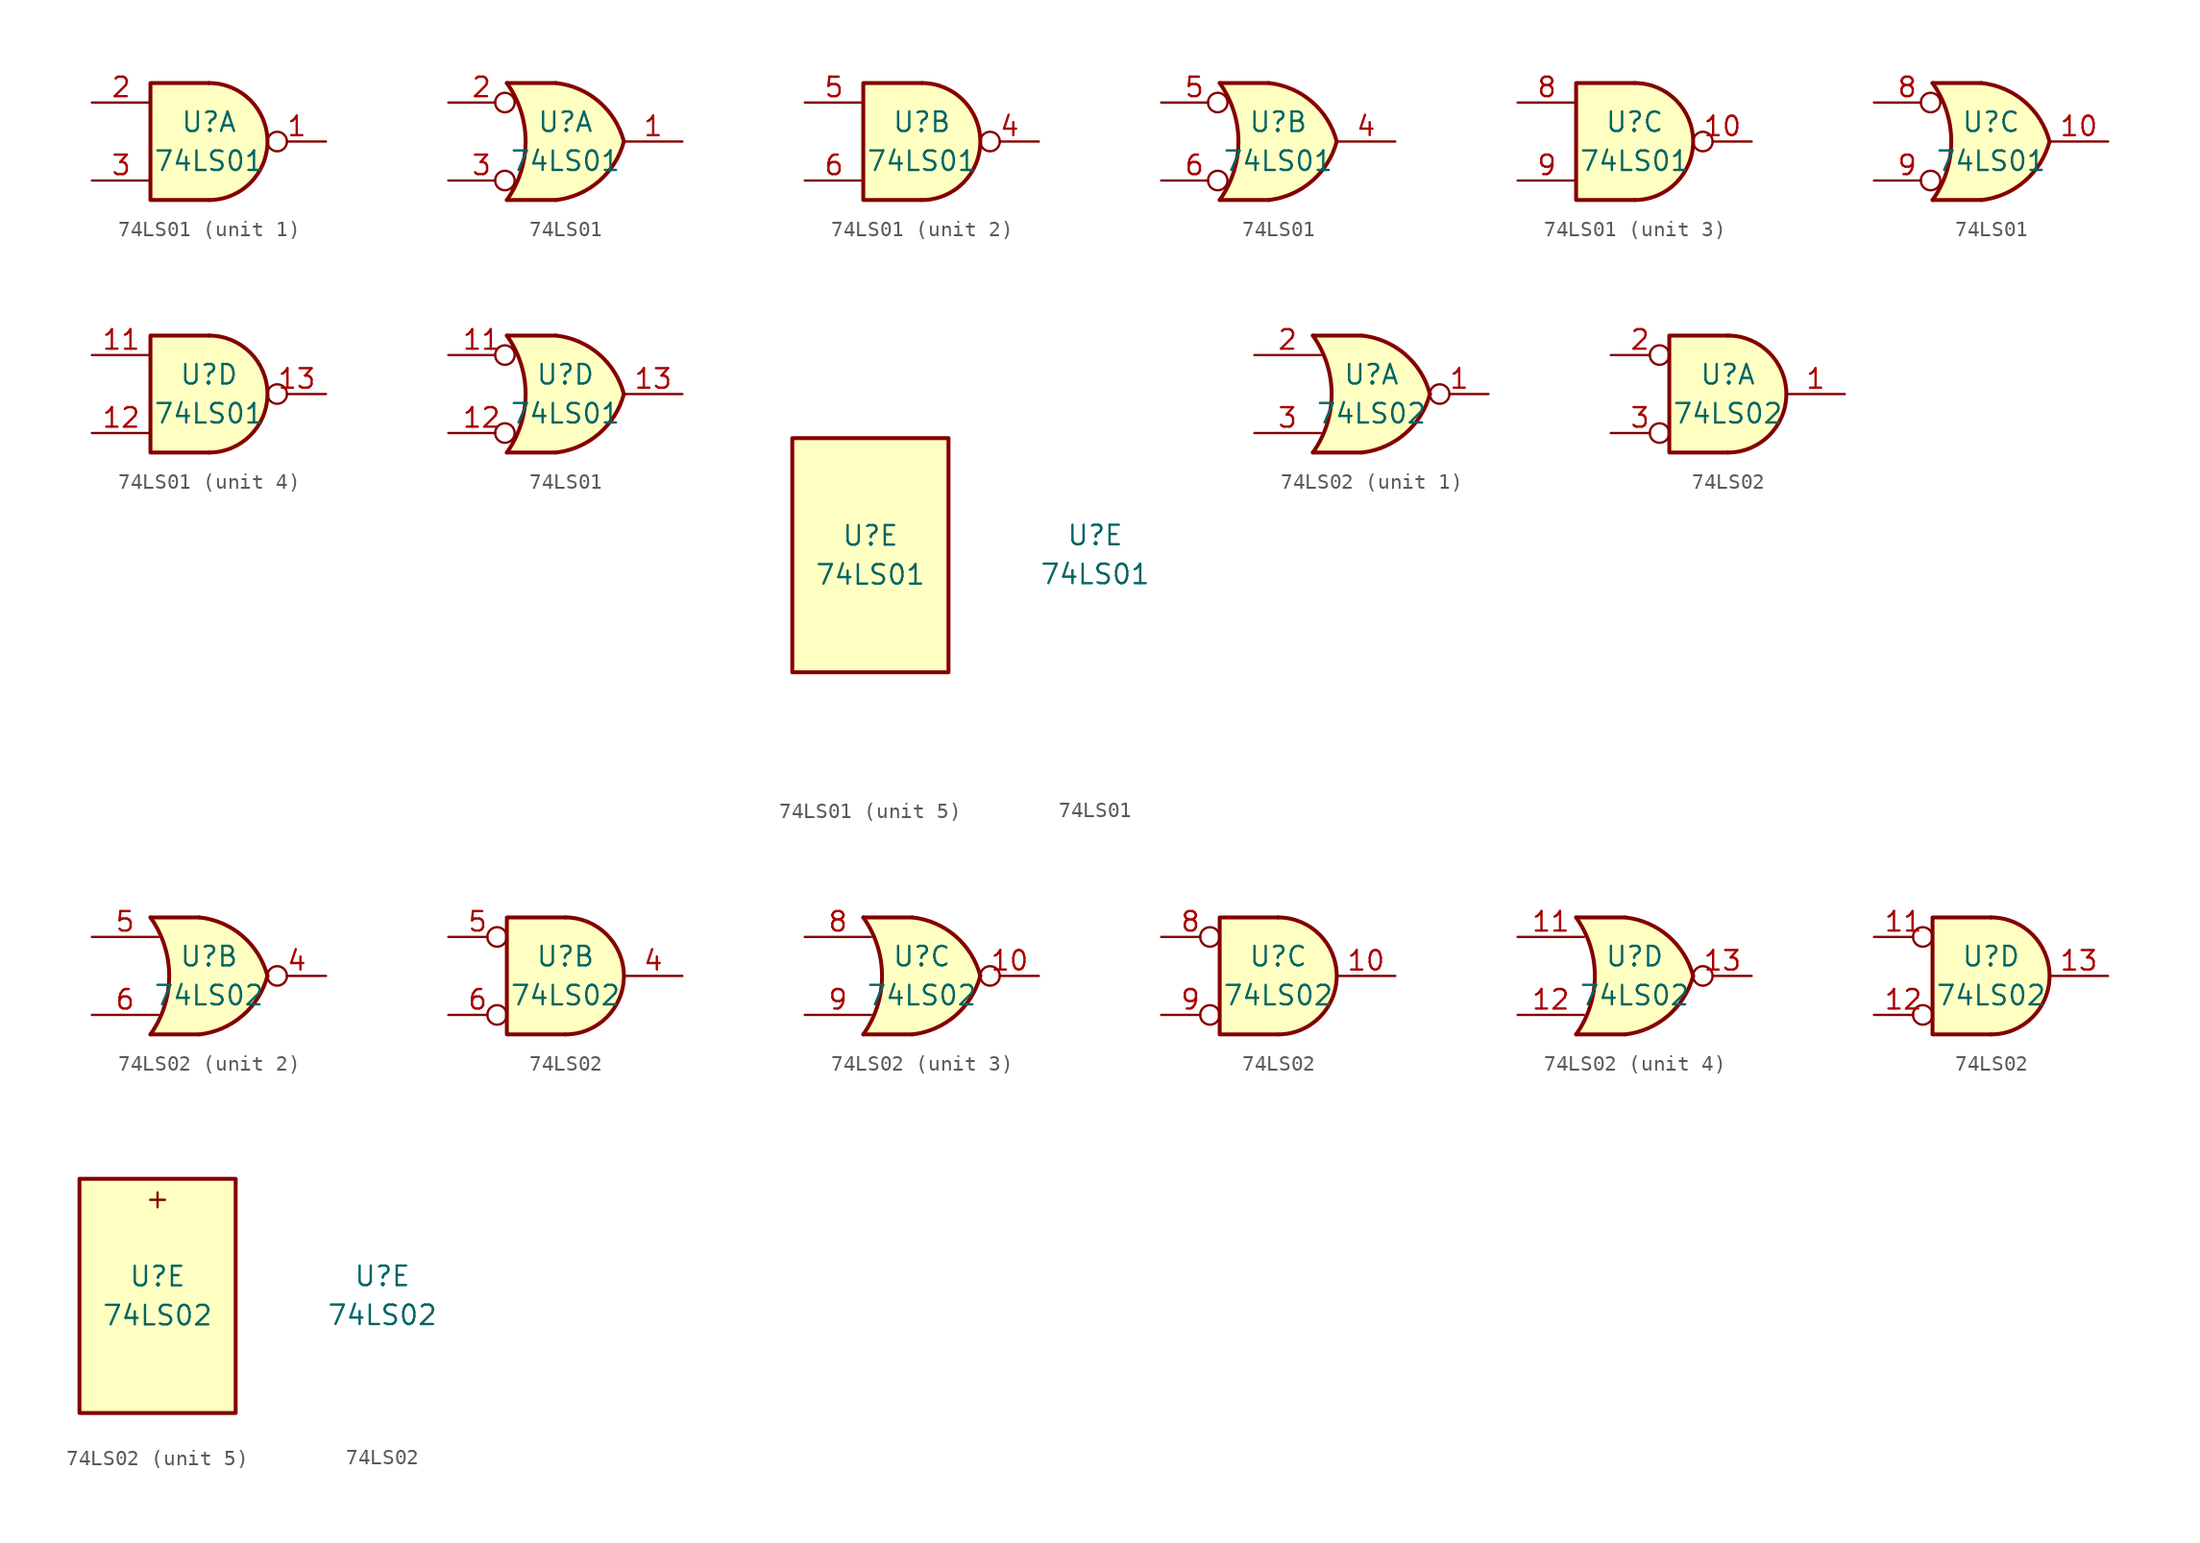
<source format=kicad_sym>
(kicad_symbol_lib
  (version 20231120)
  (generator "kicad_symbol_editor")
  (generator_version "8.0")
  (symbol "74LS01"
    (pin_names
      (offset 1.016))
    (property "Reference" "U"
      (at 0 1.27 0)
      (effects (font (size 1.27 1.27))))
    (property "Value" "74LS01"
      (at 0 -1.27 0)
      (effects (font (size 1.27 1.27))))
    (property "ki_locked" ""
      (at 0 0 0)
      (effects (font (size 1.27 1.27))))
    (symbol "74LS01_1_1"
      (arc (start 0 -3.81) (mid 3.7934 0) (end 0 3.81) (stroke (width 0.254) (type default)) (fill (type background)))
      (polyline (pts (xy 0 3.81) (xy -3.81 3.81) (xy -3.81 -3.81) (xy 0 -3.81)) (stroke (width 0.254) (type default)) (fill (type background)))
      (pin open_collector inverted (at 7.62 0 180) (length 3.81) (name "~" (effects (font (size 1.27 1.27)))) (number "1" (effects (font (size 1.27 1.27)))))
      (pin input line (at -7.62 2.54 0) (length 3.81) (name "~" (effects (font (size 1.27 1.27)))) (number "2" (effects (font (size 1.27 1.27)))))
      (pin input line (at -7.62 -2.54 0) (length 3.81) (name "~" (effects (font (size 1.27 1.27)))) (number "3" (effects (font (size 1.27 1.27))))))
    (symbol "74LS01_1_2"
      (arc (start -3.81 -3.81) (mid -2.589 0) (end -3.81 3.81) (stroke (width 0.254) (type default)) (fill (type none)))
      (arc (start -0.6096 -3.81) (mid 2.1842 -2.5851) (end 3.81 0) (stroke (width 0.254) (type default)) (fill (type background)))
      (polyline (pts (xy -3.81 -3.81) (xy -0.635 -3.81)) (stroke (width 0.254) (type default)) (fill (type background)))
      (polyline (pts (xy -3.81 3.81) (xy -0.635 3.81)) (stroke (width 0.254) (type default)) (fill (type background)))
      (polyline (pts (xy -0.635 3.81) (xy -3.81 3.81) (xy -3.81 3.81) (xy -3.556 3.404) (xy -3.023 2.261) (xy -2.692 1.041) (xy -2.616 -0.254) (xy -2.769 -1.499) (xy -3.175 -2.718) (xy -3.81 -3.81) (xy -3.81 -3.81) (xy -0.635 -3.81)) (stroke (width -25.4) (type default)) (fill (type background)))
      (arc (start 3.81 0) (mid 2.1915 2.5936) (end -0.6096 3.81) (stroke (width 0.254) (type default)) (fill (type background)))
      (pin open_collector line (at 7.62 0 180) (length 3.81) (name "~" (effects (font (size 1.27 1.27)))) (number "1" (effects (font (size 1.27 1.27)))))
      (pin input inverted (at -7.62 2.54 0) (length 4.318) (name "~" (effects (font (size 1.27 1.27)))) (number "2" (effects (font (size 1.27 1.27)))))
      (pin input inverted (at -7.62 -2.54 0) (length 4.318) (name "~" (effects (font (size 1.27 1.27)))) (number "3" (effects (font (size 1.27 1.27))))))
    (symbol "74LS01_2_1"
      (arc (start 0 -3.81) (mid 3.7934 0) (end 0 3.81) (stroke (width 0.254) (type default)) (fill (type background)))
      (polyline (pts (xy 0 3.81) (xy -3.81 3.81) (xy -3.81 -3.81) (xy 0 -3.81)) (stroke (width 0.254) (type default)) (fill (type background)))
      (pin open_collector inverted (at 7.62 0 180) (length 3.81) (name "~" (effects (font (size 1.27 1.27)))) (number "4" (effects (font (size 1.27 1.27)))))
      (pin input line (at -7.62 2.54 0) (length 3.81) (name "~" (effects (font (size 1.27 1.27)))) (number "5" (effects (font (size 1.27 1.27)))))
      (pin input line (at -7.62 -2.54 0) (length 3.81) (name "~" (effects (font (size 1.27 1.27)))) (number "6" (effects (font (size 1.27 1.27))))))
    (symbol "74LS01_2_2"
      (arc (start -3.81 -3.81) (mid -2.589 0) (end -3.81 3.81) (stroke (width 0.254) (type default)) (fill (type none)))
      (arc (start -0.6096 -3.81) (mid 2.1842 -2.5851) (end 3.81 0) (stroke (width 0.254) (type default)) (fill (type background)))
      (polyline (pts (xy -3.81 -3.81) (xy -0.635 -3.81)) (stroke (width 0.254) (type default)) (fill (type background)))
      (polyline (pts (xy -3.81 3.81) (xy -0.635 3.81)) (stroke (width 0.254) (type default)) (fill (type background)))
      (polyline (pts (xy -0.635 3.81) (xy -3.81 3.81) (xy -3.81 3.81) (xy -3.556 3.404) (xy -3.023 2.261) (xy -2.692 1.041) (xy -2.616 -0.254) (xy -2.769 -1.499) (xy -3.175 -2.718) (xy -3.81 -3.81) (xy -3.81 -3.81) (xy -0.635 -3.81)) (stroke (width -25.4) (type default)) (fill (type background)))
      (arc (start 3.81 0) (mid 2.1915 2.5936) (end -0.6096 3.81) (stroke (width 0.254) (type default)) (fill (type background)))
      (pin open_collector line (at 7.62 0 180) (length 3.81) (name "~" (effects (font (size 1.27 1.27)))) (number "4" (effects (font (size 1.27 1.27)))))
      (pin input inverted (at -7.62 2.54 0) (length 4.318) (name "~" (effects (font (size 1.27 1.27)))) (number "5" (effects (font (size 1.27 1.27)))))
      (pin input inverted (at -7.62 -2.54 0) (length 4.318) (name "~" (effects (font (size 1.27 1.27)))) (number "6" (effects (font (size 1.27 1.27))))))
    (symbol "74LS01_3_1"
      (arc (start 0 -3.81) (mid 3.7934 0) (end 0 3.81) (stroke (width 0.254) (type default)) (fill (type background)))
      (polyline (pts (xy 0 3.81) (xy -3.81 3.81) (xy -3.81 -3.81) (xy 0 -3.81)) (stroke (width 0.254) (type default)) (fill (type background)))
      (pin open_collector inverted (at 7.62 0 180) (length 3.81) (name "~" (effects (font (size 1.27 1.27)))) (number "10" (effects (font (size 1.27 1.27)))))
      (pin input line (at -7.62 2.54 0) (length 3.81) (name "~" (effects (font (size 1.27 1.27)))) (number "8" (effects (font (size 1.27 1.27)))))
      (pin input line (at -7.62 -2.54 0) (length 3.81) (name "~" (effects (font (size 1.27 1.27)))) (number "9" (effects (font (size 1.27 1.27))))))
    (symbol "74LS01_3_2"
      (arc (start -3.81 -3.81) (mid -2.589 0) (end -3.81 3.81) (stroke (width 0.254) (type default)) (fill (type none)))
      (arc (start -0.6096 -3.81) (mid 2.1842 -2.5851) (end 3.81 0) (stroke (width 0.254) (type default)) (fill (type background)))
      (polyline (pts (xy -3.81 -3.81) (xy -0.635 -3.81)) (stroke (width 0.254) (type default)) (fill (type background)))
      (polyline (pts (xy -3.81 3.81) (xy -0.635 3.81)) (stroke (width 0.254) (type default)) (fill (type background)))
      (polyline (pts (xy -0.635 3.81) (xy -3.81 3.81) (xy -3.81 3.81) (xy -3.556 3.404) (xy -3.023 2.261) (xy -2.692 1.041) (xy -2.616 -0.254) (xy -2.769 -1.499) (xy -3.175 -2.718) (xy -3.81 -3.81) (xy -3.81 -3.81) (xy -0.635 -3.81)) (stroke (width -25.4) (type default)) (fill (type background)))
      (arc (start 3.81 0) (mid 2.1915 2.5936) (end -0.6096 3.81) (stroke (width 0.254) (type default)) (fill (type background)))
      (pin open_collector line (at 7.62 0 180) (length 3.81) (name "~" (effects (font (size 1.27 1.27)))) (number "10" (effects (font (size 1.27 1.27)))))
      (pin input inverted (at -7.62 2.54 0) (length 4.318) (name "~" (effects (font (size 1.27 1.27)))) (number "8" (effects (font (size 1.27 1.27)))))
      (pin input inverted (at -7.62 -2.54 0) (length 4.318) (name "~" (effects (font (size 1.27 1.27)))) (number "9" (effects (font (size 1.27 1.27))))))
    (symbol "74LS01_4_1"
      (arc (start 0 -3.81) (mid 3.7934 0) (end 0 3.81) (stroke (width 0.254) (type default)) (fill (type background)))
      (polyline (pts (xy 0 3.81) (xy -3.81 3.81) (xy -3.81 -3.81) (xy 0 -3.81)) (stroke (width 0.254) (type default)) (fill (type background)))
      (pin input line (at -7.62 2.54 0) (length 3.81) (name "~" (effects (font (size 1.27 1.27)))) (number "11" (effects (font (size 1.27 1.27)))))
      (pin input line (at -7.62 -2.54 0) (length 3.81) (name "~" (effects (font (size 1.27 1.27)))) (number "12" (effects (font (size 1.27 1.27)))))
      (pin open_collector inverted (at 7.62 0 180) (length 3.81) (name "~" (effects (font (size 1.27 1.27)))) (number "13" (effects (font (size 1.27 1.27))))))
    (symbol "74LS01_4_2"
      (arc (start -3.81 -3.81) (mid -2.589 0) (end -3.81 3.81) (stroke (width 0.254) (type default)) (fill (type none)))
      (arc (start -0.6096 -3.81) (mid 2.1842 -2.5851) (end 3.81 0) (stroke (width 0.254) (type default)) (fill (type background)))
      (polyline (pts (xy -3.81 -3.81) (xy -0.635 -3.81)) (stroke (width 0.254) (type default)) (fill (type background)))
      (polyline (pts (xy -3.81 3.81) (xy -0.635 3.81)) (stroke (width 0.254) (type default)) (fill (type background)))
      (polyline (pts (xy -0.635 3.81) (xy -3.81 3.81) (xy -3.81 3.81) (xy -3.556 3.404) (xy -3.023 2.261) (xy -2.692 1.041) (xy -2.616 -0.254) (xy -2.769 -1.499) (xy -3.175 -2.718) (xy -3.81 -3.81) (xy -3.81 -3.81) (xy -0.635 -3.81)) (stroke (width -25.4) (type default)) (fill (type background)))
      (arc (start 3.81 0) (mid 2.1915 2.5936) (end -0.6096 3.81) (stroke (width 0.254) (type default)) (fill (type background)))
      (pin input inverted (at -7.62 2.54 0) (length 4.318) (name "~" (effects (font (size 1.27 1.27)))) (number "11" (effects (font (size 1.27 1.27)))))
      (pin input inverted (at -7.62 -2.54 0) (length 4.318) (name "~" (effects (font (size 1.27 1.27)))) (number "12" (effects (font (size 1.27 1.27)))))
      (pin open_collector line (at 7.62 0 180) (length 3.81) (name "~" (effects (font (size 1.27 1.27)))) (number "13" (effects (font (size 1.27 1.27))))))
    (symbol "74LS01_5_0"
      (pin input line (at 0 12.7 270) (length 5.08) hide (name "VCC" (effects (font (size 1.27 1.27)))) (number "14" (effects (font (size 1.27 1.27)))))
      (pin input line (at 0 -12.7 90) (length 5.08) hide (name "GND" (effects (font (size 1.27 1.27)))) (number "7" (effects (font (size 1.27 1.27))))))
    (symbol "74LS01_5_1"
      (rectangle (start -5.08 7.62) (end 5.08 -7.62) (stroke (width 0.254) (type default)) (fill (type background)))))
  (symbol "74LS02"
    (pin_names
      (offset 1.016))
    (property "Reference" "U"
      (at 0 1.27 0)
      (effects (font (size 1.27 1.27))))
    (property "Value" "74LS02"
      (at 0 -1.27 0)
      (effects (font (size 1.27 1.27))))
    (property "ki_locked" ""
      (at 0 0 0)
      (effects (font (size 1.27 1.27))))
    (symbol "74LS02_1_1"
      (arc (start -3.81 -3.81) (mid -2.589 0) (end -3.81 3.81) (stroke (width 0.254) (type default)) (fill (type none)))
      (arc (start -0.6096 -3.81) (mid 2.1842 -2.5851) (end 3.81 0) (stroke (width 0.254) (type default)) (fill (type background)))
      (polyline (pts (xy -3.81 -3.81) (xy -0.635 -3.81)) (stroke (width 0.254) (type default)) (fill (type background)))
      (polyline (pts (xy -3.81 3.81) (xy -0.635 3.81)) (stroke (width 0.254) (type default)) (fill (type background)))
      (polyline (pts (xy -0.635 3.81) (xy -3.81 3.81) (xy -3.81 3.81) (xy -3.556 3.404) (xy -3.023 2.261) (xy -2.692 1.041) (xy -2.616 -0.254) (xy -2.769 -1.499) (xy -3.175 -2.718) (xy -3.81 -3.81) (xy -3.81 -3.81) (xy -0.635 -3.81)) (stroke (width -25.4) (type default)) (fill (type background)))
      (arc (start 3.81 0) (mid 2.1915 2.5936) (end -0.6096 3.81) (stroke (width 0.254) (type default)) (fill (type background)))
      (pin output inverted (at 7.62 0 180) (length 3.81) (name "~" (effects (font (size 1.27 1.27)))) (number "1" (effects (font (size 1.27 1.27)))))
      (pin input line (at -7.62 2.54 0) (length 4.318) (name "~" (effects (font (size 1.27 1.27)))) (number "2" (effects (font (size 1.27 1.27)))))
      (pin input line (at -7.62 -2.54 0) (length 4.318) (name "~" (effects (font (size 1.27 1.27)))) (number "3" (effects (font (size 1.27 1.27))))))
    (symbol "74LS02_1_2"
      (arc (start 0 -3.81) (mid 3.7934 0) (end 0 3.81) (stroke (width 0.254) (type default)) (fill (type background)))
      (polyline (pts (xy 0 3.81) (xy -3.81 3.81) (xy -3.81 -3.81) (xy 0 -3.81)) (stroke (width 0.254) (type default)) (fill (type background)))
      (pin output line (at 7.62 0 180) (length 3.81) (name "~" (effects (font (size 1.27 1.27)))) (number "1" (effects (font (size 1.27 1.27)))))
      (pin input inverted (at -7.62 2.54 0) (length 3.81) (name "~" (effects (font (size 1.27 1.27)))) (number "2" (effects (font (size 1.27 1.27)))))
      (pin input inverted (at -7.62 -2.54 0) (length 3.81) (name "~" (effects (font (size 1.27 1.27)))) (number "3" (effects (font (size 1.27 1.27))))))
    (symbol "74LS02_2_1"
      (arc (start -3.81 -3.81) (mid -2.589 0) (end -3.81 3.81) (stroke (width 0.254) (type default)) (fill (type none)))
      (arc (start -0.6096 -3.81) (mid 2.1842 -2.5851) (end 3.81 0) (stroke (width 0.254) (type default)) (fill (type background)))
      (polyline (pts (xy -3.81 -3.81) (xy -0.635 -3.81)) (stroke (width 0.254) (type default)) (fill (type background)))
      (polyline (pts (xy -3.81 3.81) (xy -0.635 3.81)) (stroke (width 0.254) (type default)) (fill (type background)))
      (polyline (pts (xy -0.635 3.81) (xy -3.81 3.81) (xy -3.81 3.81) (xy -3.556 3.404) (xy -3.023 2.261) (xy -2.692 1.041) (xy -2.616 -0.254) (xy -2.769 -1.499) (xy -3.175 -2.718) (xy -3.81 -3.81) (xy -3.81 -3.81) (xy -0.635 -3.81)) (stroke (width -25.4) (type default)) (fill (type background)))
      (arc (start 3.81 0) (mid 2.1915 2.5936) (end -0.6096 3.81) (stroke (width 0.254) (type default)) (fill (type background)))
      (pin output inverted (at 7.62 0 180) (length 3.81) (name "~" (effects (font (size 1.27 1.27)))) (number "4" (effects (font (size 1.27 1.27)))))
      (pin input line (at -7.62 2.54 0) (length 4.318) (name "~" (effects (font (size 1.27 1.27)))) (number "5" (effects (font (size 1.27 1.27)))))
      (pin input line (at -7.62 -2.54 0) (length 4.318) (name "~" (effects (font (size 1.27 1.27)))) (number "6" (effects (font (size 1.27 1.27))))))
    (symbol "74LS02_2_2"
      (arc (start 0 -3.81) (mid 3.7934 0) (end 0 3.81) (stroke (width 0.254) (type default)) (fill (type background)))
      (polyline (pts (xy 0 3.81) (xy -3.81 3.81) (xy -3.81 -3.81) (xy 0 -3.81)) (stroke (width 0.254) (type default)) (fill (type background)))
      (pin output line (at 7.62 0 180) (length 3.81) (name "~" (effects (font (size 1.27 1.27)))) (number "4" (effects (font (size 1.27 1.27)))))
      (pin input inverted (at -7.62 2.54 0) (length 3.81) (name "~" (effects (font (size 1.27 1.27)))) (number "5" (effects (font (size 1.27 1.27)))))
      (pin input inverted (at -7.62 -2.54 0) (length 3.81) (name "~" (effects (font (size 1.27 1.27)))) (number "6" (effects (font (size 1.27 1.27))))))
    (symbol "74LS02_3_1"
      (arc (start -3.81 -3.81) (mid -2.589 0) (end -3.81 3.81) (stroke (width 0.254) (type default)) (fill (type none)))
      (arc (start -0.6096 -3.81) (mid 2.1842 -2.5851) (end 3.81 0) (stroke (width 0.254) (type default)) (fill (type background)))
      (polyline (pts (xy -3.81 -3.81) (xy -0.635 -3.81)) (stroke (width 0.254) (type default)) (fill (type background)))
      (polyline (pts (xy -3.81 3.81) (xy -0.635 3.81)) (stroke (width 0.254) (type default)) (fill (type background)))
      (polyline (pts (xy -0.635 3.81) (xy -3.81 3.81) (xy -3.81 3.81) (xy -3.556 3.404) (xy -3.023 2.261) (xy -2.692 1.041) (xy -2.616 -0.254) (xy -2.769 -1.499) (xy -3.175 -2.718) (xy -3.81 -3.81) (xy -3.81 -3.81) (xy -0.635 -3.81)) (stroke (width -25.4) (type default)) (fill (type background)))
      (arc (start 3.81 0) (mid 2.1915 2.5936) (end -0.6096 3.81) (stroke (width 0.254) (type default)) (fill (type background)))
      (pin output inverted (at 7.62 0 180) (length 3.81) (name "~" (effects (font (size 1.27 1.27)))) (number "10" (effects (font (size 1.27 1.27)))))
      (pin input line (at -7.62 2.54 0) (length 4.318) (name "~" (effects (font (size 1.27 1.27)))) (number "8" (effects (font (size 1.27 1.27)))))
      (pin input line (at -7.62 -2.54 0) (length 4.318) (name "~" (effects (font (size 1.27 1.27)))) (number "9" (effects (font (size 1.27 1.27))))))
    (symbol "74LS02_3_2"
      (arc (start 0 -3.81) (mid 3.7934 0) (end 0 3.81) (stroke (width 0.254) (type default)) (fill (type background)))
      (polyline (pts (xy 0 3.81) (xy -3.81 3.81) (xy -3.81 -3.81) (xy 0 -3.81)) (stroke (width 0.254) (type default)) (fill (type background)))
      (pin output line (at 7.62 0 180) (length 3.81) (name "~" (effects (font (size 1.27 1.27)))) (number "10" (effects (font (size 1.27 1.27)))))
      (pin input inverted (at -7.62 2.54 0) (length 3.81) (name "~" (effects (font (size 1.27 1.27)))) (number "8" (effects (font (size 1.27 1.27)))))
      (pin input inverted (at -7.62 -2.54 0) (length 3.81) (name "~" (effects (font (size 1.27 1.27)))) (number "9" (effects (font (size 1.27 1.27))))))
    (symbol "74LS02_4_1"
      (arc (start -3.81 -3.81) (mid -2.589 0) (end -3.81 3.81) (stroke (width 0.254) (type default)) (fill (type none)))
      (arc (start -0.6096 -3.81) (mid 2.1842 -2.5851) (end 3.81 0) (stroke (width 0.254) (type default)) (fill (type background)))
      (polyline (pts (xy -3.81 -3.81) (xy -0.635 -3.81)) (stroke (width 0.254) (type default)) (fill (type background)))
      (polyline (pts (xy -3.81 3.81) (xy -0.635 3.81)) (stroke (width 0.254) (type default)) (fill (type background)))
      (polyline (pts (xy -0.635 3.81) (xy -3.81 3.81) (xy -3.81 3.81) (xy -3.556 3.404) (xy -3.023 2.261) (xy -2.692 1.041) (xy -2.616 -0.254) (xy -2.769 -1.499) (xy -3.175 -2.718) (xy -3.81 -3.81) (xy -3.81 -3.81) (xy -0.635 -3.81)) (stroke (width -25.4) (type default)) (fill (type background)))
      (arc (start 3.81 0) (mid 2.1915 2.5936) (end -0.6096 3.81) (stroke (width 0.254) (type default)) (fill (type background)))
      (pin input line (at -7.62 2.54 0) (length 4.318) (name "~" (effects (font (size 1.27 1.27)))) (number "11" (effects (font (size 1.27 1.27)))))
      (pin input line (at -7.62 -2.54 0) (length 4.318) (name "~" (effects (font (size 1.27 1.27)))) (number "12" (effects (font (size 1.27 1.27)))))
      (pin output inverted (at 7.62 0 180) (length 3.81) (name "~" (effects (font (size 1.27 1.27)))) (number "13" (effects (font (size 1.27 1.27))))))
    (symbol "74LS02_4_2"
      (arc (start 0 -3.81) (mid 3.7934 0) (end 0 3.81) (stroke (width 0.254) (type default)) (fill (type background)))
      (polyline (pts (xy 0 3.81) (xy -3.81 3.81) (xy -3.81 -3.81) (xy 0 -3.81)) (stroke (width 0.254) (type default)) (fill (type background)))
      (pin input inverted (at -7.62 2.54 0) (length 3.81) (name "~" (effects (font (size 1.27 1.27)))) (number "11" (effects (font (size 1.27 1.27)))))
      (pin input inverted (at -7.62 -2.54 0) (length 3.81) (name "~" (effects (font (size 1.27 1.27)))) (number "12" (effects (font (size 1.27 1.27)))))
      (pin output line (at 7.62 0 180) (length 3.81) (name "~" (effects (font (size 1.27 1.27)))) (number "13" (effects (font (size 1.27 1.27))))))
    (symbol "74LS02_5_0"
      (pin power_in line (at 0 7.62 270) (length 5.08) hide (name "VCC" (effects (font (size 1.27 1.27)))) (number "14" (effects (font (size 1.27 1.27)))))
      (pin power_in line (at 0 -7.62 90) (length 5.08) hide (name "GND" (effects (font (size 1.27 1.27)))) (number "7" (effects (font (size 1.27 1.27))))))
    (symbol "74LS02_5_1"
      (rectangle (start -5.08 7.62) (end 5.08 -7.62) (stroke (width 0.254) (type default)) (fill (type background)))
      (text "+" (at 0 6.35 0) (effects (font (size 1.27 1.27)))))))
</source>
